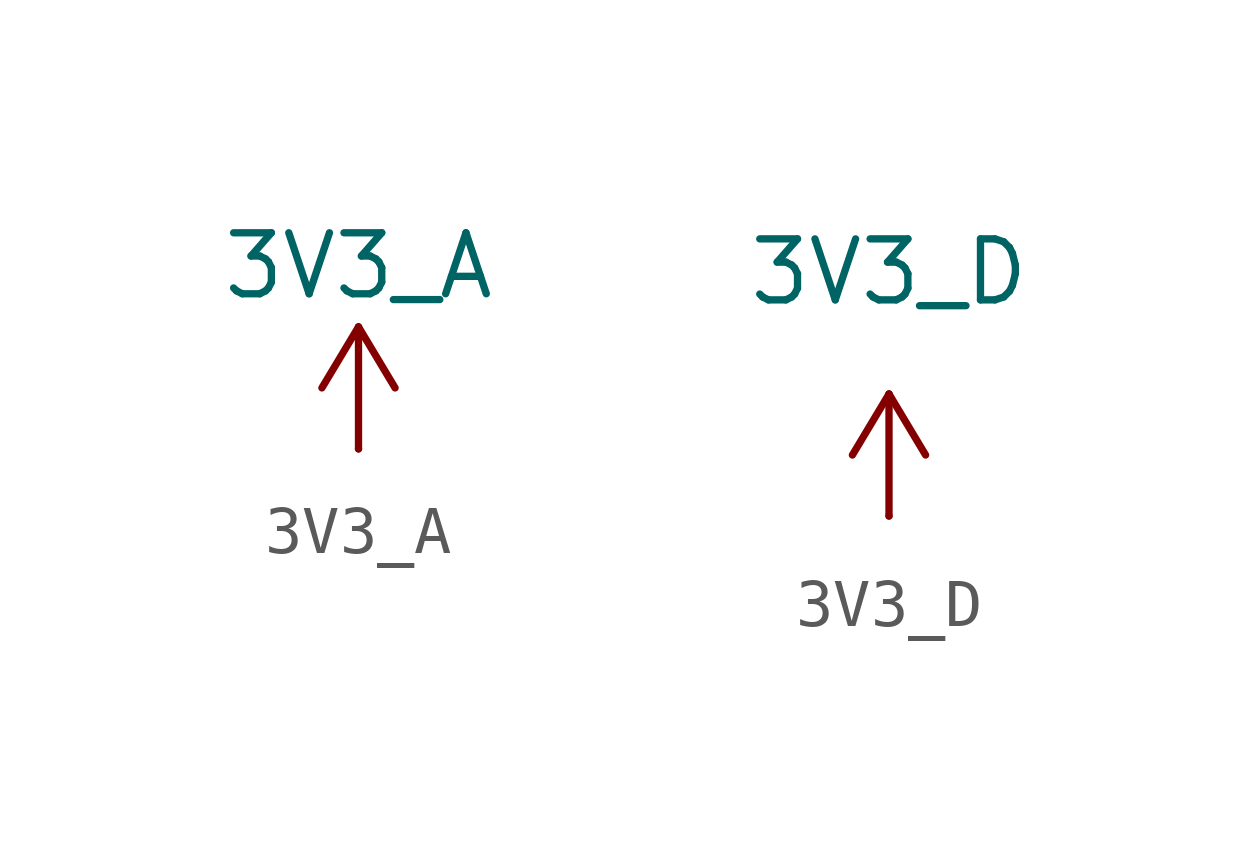
<source format=kicad_sym>
(kicad_symbol_lib
  (version 20231120)
  (generator "kicad_symbol_editor")
  (generator_version "8.0")
  (symbol "3V3_A"
    (power)
    (pin_numbers hide)
    (pin_names
      (offset 0) hide)
    (property "Reference" "#PWR07"
      (at 0 -3.81 0)
      (effects (font (size 1.27 1.27)) (hide yes)))
    (property "Value" "3V3_A"
      (at 0 3.81 0)
      (effects (font (size 1.27 1.27))))
    (symbol "3V3_A_0_1"
      (polyline (pts (xy -0.762 1.27) (xy 0 2.54)) (stroke (width 0) (type default)) (fill (type none)))
      (polyline (pts (xy 0 0) (xy 0 2.54)) (stroke (width 0) (type default)) (fill (type none)))
      (polyline (pts (xy 0 2.54) (xy 0.762 1.27)) (stroke (width 0) (type default)) (fill (type none))))
    (symbol "3V3_A_1_1"
      (pin power_in line (at 0 0 90) (length 0) (name "~" (effects (font (size 1.27 1.27)))) (number "1" (effects (font (size 1.27 1.27)))))))
  (symbol "3V3_D"
    (power)
    (pin_numbers hide)
    (pin_names
      (offset 0) hide)
    (property "Reference" "#PWR08"
      (at 3.81 -1.27 0)
      (effects (font (size 1.27 1.27)) (hide yes)))
    (property "Value" "3V3_D"
      (at 0 5.08 0)
      (effects (font (size 1.27 1.27))))
    (symbol "3V3_D_0_0"
      (pin power_in line (at 0 0 90) (length 0) (name "~" (effects (font (size 1.27 1.27)))) (number "1" (effects (font (size 1.27 1.27))))))
    (symbol "3V3_D_0_1"
      (polyline (pts (xy -0.762 1.27) (xy 0 2.54)) (stroke (width 0) (type default)) (fill (type none)))
      (polyline (pts (xy 0 0) (xy 0 2.54)) (stroke (width 0) (type default)) (fill (type none)))
      (polyline (pts (xy 0 2.54) (xy 0.762 1.27)) (stroke (width 0) (type default)) (fill (type none))))))
</source>
